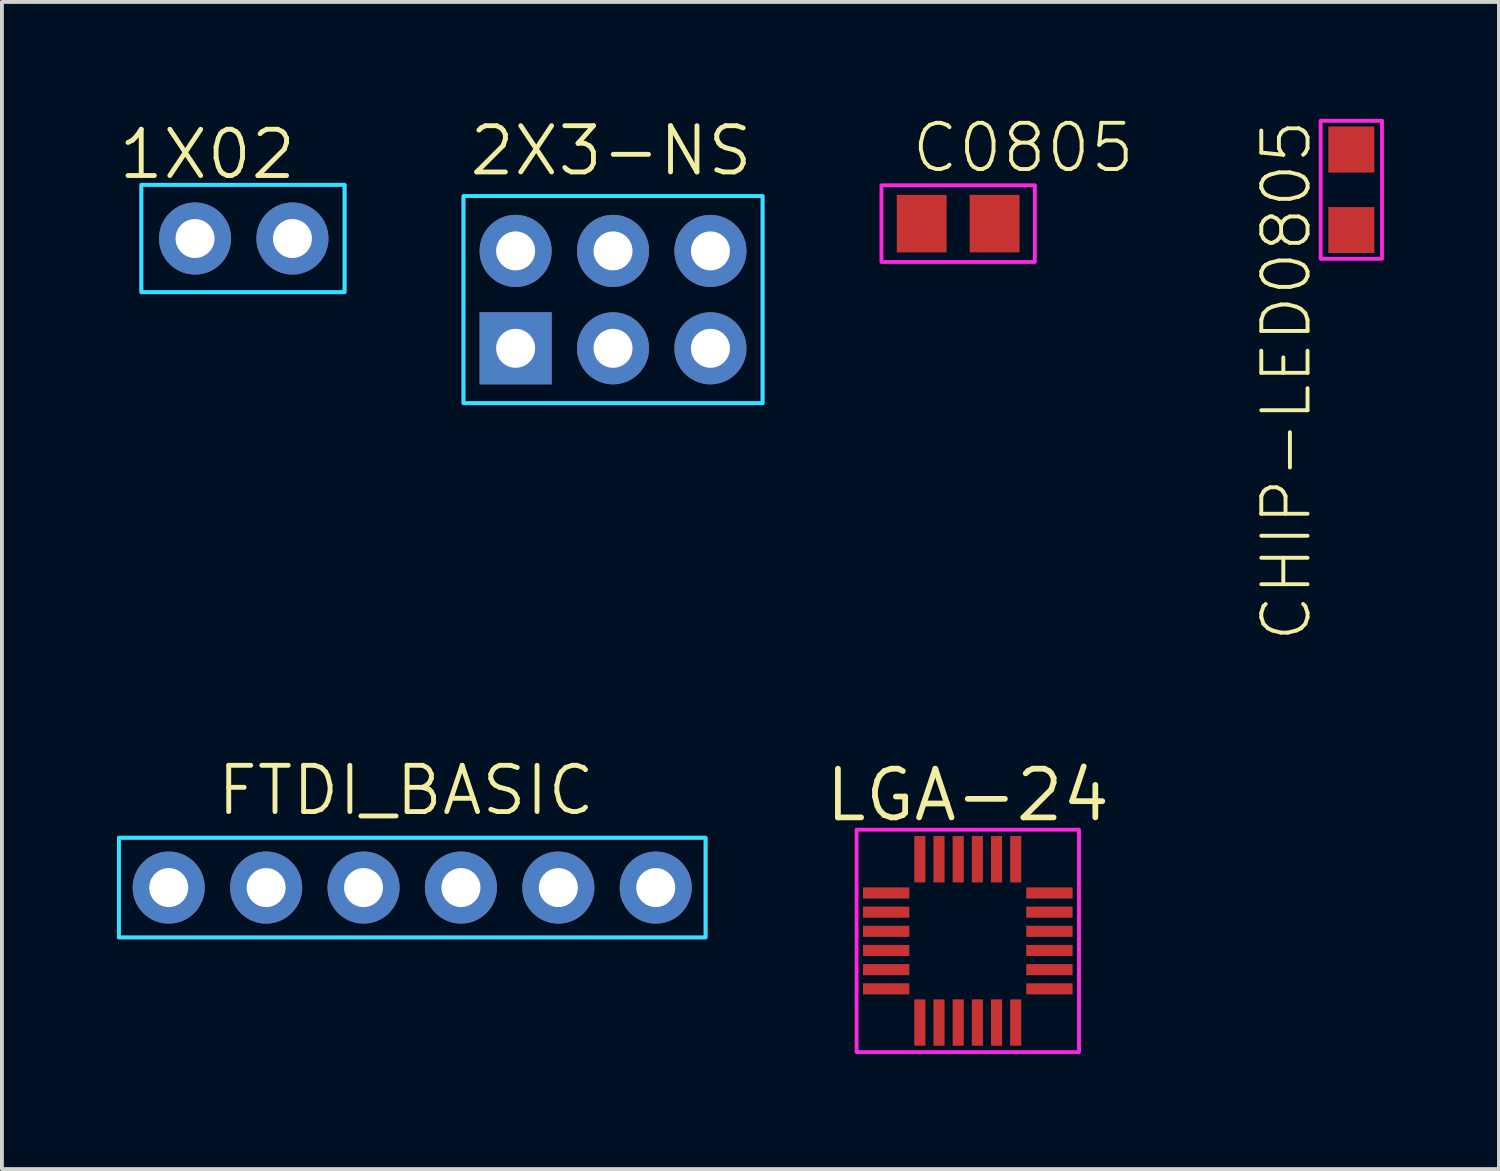
<source format=kicad_pcb>
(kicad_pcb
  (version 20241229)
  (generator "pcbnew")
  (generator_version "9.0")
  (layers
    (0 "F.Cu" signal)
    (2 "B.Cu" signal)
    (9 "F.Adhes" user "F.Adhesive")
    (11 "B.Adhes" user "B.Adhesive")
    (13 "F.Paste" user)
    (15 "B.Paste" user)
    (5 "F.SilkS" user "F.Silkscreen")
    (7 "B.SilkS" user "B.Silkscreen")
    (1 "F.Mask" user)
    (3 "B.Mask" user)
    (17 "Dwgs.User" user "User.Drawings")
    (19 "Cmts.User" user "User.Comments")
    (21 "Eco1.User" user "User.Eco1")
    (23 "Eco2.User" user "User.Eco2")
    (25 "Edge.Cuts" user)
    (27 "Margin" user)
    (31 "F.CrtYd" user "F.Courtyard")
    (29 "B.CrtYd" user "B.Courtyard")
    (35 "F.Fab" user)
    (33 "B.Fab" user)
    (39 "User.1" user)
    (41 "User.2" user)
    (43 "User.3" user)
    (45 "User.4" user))
  (footprint "FTDI_BASIC"
    (layer "F.Cu")
    (at 1.35 20.096)
    (property "Reference" "FTDI_BASIC" (at 1.194 -1.829 0) (layer "F.SilkS") (effects (font (size 1.206 1.206) (thickness 0.127)) (justify left bottom)))
    (attr through_hole)
    (fp_poly (pts (xy -1.3 -1.3) (xy 14 -1.3) (xy 14 1.3) (xy -1.3 1.3)) (stroke (width 0.1) (type solid)) (fill no) (layer "B.CrtYd"))
    (fp_poly (pts (xy -1.3 -1.3) (xy 14 -1.3) (xy 14 1.3) (xy -1.3 1.3)) (stroke (width 0.1) (type solid)) (fill no) (layer "F.CrtYd"))
    (pad "CTS" thru_hole circle (at 10.16 0 90) (size 1.88 1.88) (drill 1.016) (layers "*.Cu" "*.Mask"))
    (pad "DTR" thru_hole circle (at 0 0 90) (size 1.88 1.88) (drill 1.016) (layers "*.Cu" "*.Mask"))
    (pad "GND" thru_hole circle (at 12.7 0 90) (size 1.88 1.88) (drill 1.016) (layers "*.Cu" "*.Mask"))
    (pad "RXI" thru_hole circle (at 2.54 0 90) (size 1.88 1.88) (drill 1.016) (layers "*.Cu" "*.Mask"))
    (pad "TXO" thru_hole circle (at 5.08 0 90) (size 1.88 1.88) (drill 1.016) (layers "*.Cu" "*.Mask"))
    (pad "VCC" thru_hole circle (at 7.62 0 90) (size 1.88 1.88) (drill 1.016) (layers "*.Cu" "*.Mask")))
  (footprint "C0805"
    (layer "F.Cu")
    (at 21.936 2.781)
    (property "Reference" "C0805" (at -1.27 -1.27 0) (layer "F.SilkS") (effects (font (size 1.206 1.206) (thickness 0.102)) (justify left bottom)))
    (attr through_hole)
    (fp_poly (pts (xy -2 -1) (xy 2 -1) (xy 2 1) (xy -2 1)) (stroke (width 0.1) (type solid)) (fill no) (layer "F.CrtYd"))
    (pad "1" smd rect (at -0.95 0) (size 1.3 1.5) (layers "F.Cu" "F.Mask" "F.Paste"))
    (pad "2" smd rect (at 0.95 0) (size 1.3 1.5) (layers "F.Cu" "F.Mask" "F.Paste")))
  (footprint "1X02"
    (layer "F.Cu")
    (at 2.036 3.17)
    (property "Reference" "1X02" (at 2.7 -2.9 0) (layer "F.SilkS") (effects (font (size 1.206 1.206) (thickness 0.127)) (justify right top)))
    (attr through_hole)
    (fp_poly (pts (xy -1.4 -1.4) (xy 3.9 -1.4) (xy 3.9 1.4) (xy -1.4 1.4)) (stroke (width 0.1) (type solid)) (fill no) (layer "B.CrtYd"))
    (fp_poly (pts (xy -1.4 -1.4) (xy 3.9 -1.4) (xy 3.9 1.4) (xy -1.4 1.4)) (stroke (width 0.1) (type solid)) (fill no) (layer "F.CrtYd"))
    (pad "1" thru_hole circle (at 0 0 90) (size 1.88 1.88) (drill 1.016) (layers "*.Cu" "*.Mask"))
    (pad "2" thru_hole circle (at 2.54 0 90) (size 1.88 1.88) (drill 1.016) (layers "*.Cu" "*.Mask")))
  (footprint "LGA-24"
    (layer "F.Cu")
    (at 22.187 21.486)
    (property "Reference" "LGA-24" (at 0 -3.8 0) (layer "F.SilkS") (effects (font (size 1.27 1.27) (thickness 0.15))))
    (attr through_hole)
    (fp_poly (pts (xy -2.9 -2.9) (xy 2.9 -2.9) (xy 2.9 2.9) (xy -2.9 2.9)) (stroke (width 0.1) (type solid)) (fill no) (layer "F.CrtYd"))
    (pad "1" smd rect (at -2.129 -1.25 90) (size 0.29 1.208) (layers "F.Cu" "F.Mask" "F.Paste"))
    (pad "2" smd rect (at -2.129 -0.75 90) (size 0.29 1.208) (layers "F.Cu" "F.Mask" "F.Paste"))
    (pad "3" smd rect (at -2.129 -0.25 90) (size 0.29 1.208) (layers "F.Cu" "F.Mask" "F.Paste"))
    (pad "4" smd rect (at -2.129 0.25 90) (size 0.29 1.208) (layers "F.Cu" "F.Mask" "F.Paste"))
    (pad "5" smd rect (at -2.129 0.75 90) (size 0.29 1.208) (layers "F.Cu" "F.Mask" "F.Paste"))
    (pad "6" smd rect (at -2.129 1.25 90) (size 0.29 1.208) (layers "F.Cu" "F.Mask" "F.Paste"))
    (pad "7" smd rect (at -1.25 2.129 180) (size 0.29 1.208) (layers "F.Cu" "F.Mask" "F.Paste"))
    (pad "8" smd rect (at -0.75 2.129 180) (size 0.29 1.208) (layers "F.Cu" "F.Mask" "F.Paste"))
    (pad "9" smd rect (at -0.25 2.129 180) (size 0.29 1.208) (layers "F.Cu" "F.Mask" "F.Paste"))
    (pad "10" smd rect (at 0.25 2.129 180) (size 0.29 1.208) (layers "F.Cu" "F.Mask" "F.Paste"))
    (pad "11" smd rect (at 0.75 2.129 180) (size 0.29 1.208) (layers "F.Cu" "F.Mask" "F.Paste"))
    (pad "12" smd rect (at 1.25 2.129 180) (size 0.29 1.208) (layers "F.Cu" "F.Mask" "F.Paste"))
    (pad "13" smd rect (at 2.129 1.25 270) (size 0.29 1.208) (layers "F.Cu" "F.Mask" "F.Paste"))
    (pad "14" smd rect (at 2.129 0.75 270) (size 0.29 1.208) (layers "F.Cu" "F.Mask" "F.Paste"))
    (pad "15" smd rect (at 2.129 0.25 270) (size 0.29 1.208) (layers "F.Cu" "F.Mask" "F.Paste"))
    (pad "16" smd rect (at 2.129 -0.25 270) (size 0.29 1.208) (layers "F.Cu" "F.Mask" "F.Paste"))
    (pad "17" smd rect (at 2.129 -0.75 270) (size 0.29 1.208) (layers "F.Cu" "F.Mask" "F.Paste"))
    (pad "18" smd rect (at 2.129 -1.25 270) (size 0.29 1.208) (layers "F.Cu" "F.Mask" "F.Paste"))
    (pad "19" smd rect (at 1.25 -2.129) (size 0.29 1.208) (layers "F.Cu" "F.Mask" "F.Paste"))
    (pad "20" smd rect (at 0.75 -2.129) (size 0.29 1.208) (layers "F.Cu" "F.Mask" "F.Paste"))
    (pad "21" smd rect (at 0.25 -2.129) (size 0.29 1.208) (layers "F.Cu" "F.Mask" "F.Paste"))
    (pad "22" smd rect (at -0.25 -2.129) (size 0.29 1.208) (layers "F.Cu" "F.Mask" "F.Paste"))
    (pad "23" smd rect (at -0.75 -2.129) (size 0.29 1.208) (layers "F.Cu" "F.Mask" "F.Paste"))
    (pad "24" smd rect (at -1.25 -2.129) (size 0.29 1.208) (layers "F.Cu" "F.Mask" "F.Paste")))
  (footprint "CHIP-LED0805"
    (layer "F.Cu")
    (at 32.189 1.9)
    (property "Reference" "CHIP-LED0805" (at -2.4 -1.9 90) (layer "F.SilkS") (effects (font (size 1.206 1.206) (thickness 0.102)) (justify right top)))
    (attr through_hole)
    (fp_poly (pts (xy -0.8 -1.8) (xy 0.8 -1.8) (xy 0.8 1.8) (xy -0.8 1.8)) (stroke (width 0.1) (type solid)) (fill no) (layer "F.CrtYd"))
    (pad "A" smd rect (at 0 1.05) (size 1.2 1.2) (layers "F.Cu" "F.Mask" "F.Paste"))
    (pad "C" smd rect (at 0 -1.05) (size 1.2 1.2) (layers "F.Cu" "F.Mask" "F.Paste")))
  (footprint "2X3-NS"
    (layer "F.Cu")
    (at 12.936 4.763)
    (property "Reference" "2X3-NS" (at -3.81 -3.175 0) (layer "F.SilkS") (effects (font (size 1.206 1.206) (thickness 0.127)) (justify left bottom)))
    (attr through_hole)
    (fp_poly (pts (xy -3.9 -2.7) (xy 3.9 -2.7) (xy 3.9 2.7) (xy -3.9 2.7)) (stroke (width 0.1) (type solid)) (fill no) (layer "B.CrtYd"))
    (fp_poly (pts (xy -3.9 -2.7) (xy 3.9 -2.7) (xy 3.9 2.7) (xy -3.9 2.7)) (stroke (width 0.1) (type solid)) (fill no) (layer "F.CrtYd"))
    (pad "1" thru_hole rect (at -2.54 1.27) (size 1.88 1.88) (drill 1.016) (layers "*.Cu" "*.Mask"))
    (pad "2" thru_hole circle (at -2.54 -1.27) (size 1.88 1.88) (drill 1.016) (layers "*.Cu" "*.Mask"))
    (pad "3" thru_hole circle (at 0 1.27) (size 1.88 1.88) (drill 1.016) (layers "*.Cu" "*.Mask"))
    (pad "4" thru_hole circle (at 0 -1.27) (size 1.88 1.88) (drill 1.016) (layers "*.Cu" "*.Mask"))
    (pad "5" thru_hole circle (at 2.54 1.27) (size 1.88 1.88) (drill 1.016) (layers "*.Cu" "*.Mask"))
    (pad "6" thru_hole circle (at 2.54 -1.27) (size 1.88 1.88) (drill 1.016) (layers "*.Cu" "*.Mask")))
  (gr_rect
    (start -3 -3)
    (end 36.039 27.436)
    (stroke (width 0.1) (type default))
    (fill no)
    (layer "Edge.Cuts")))
</source>
